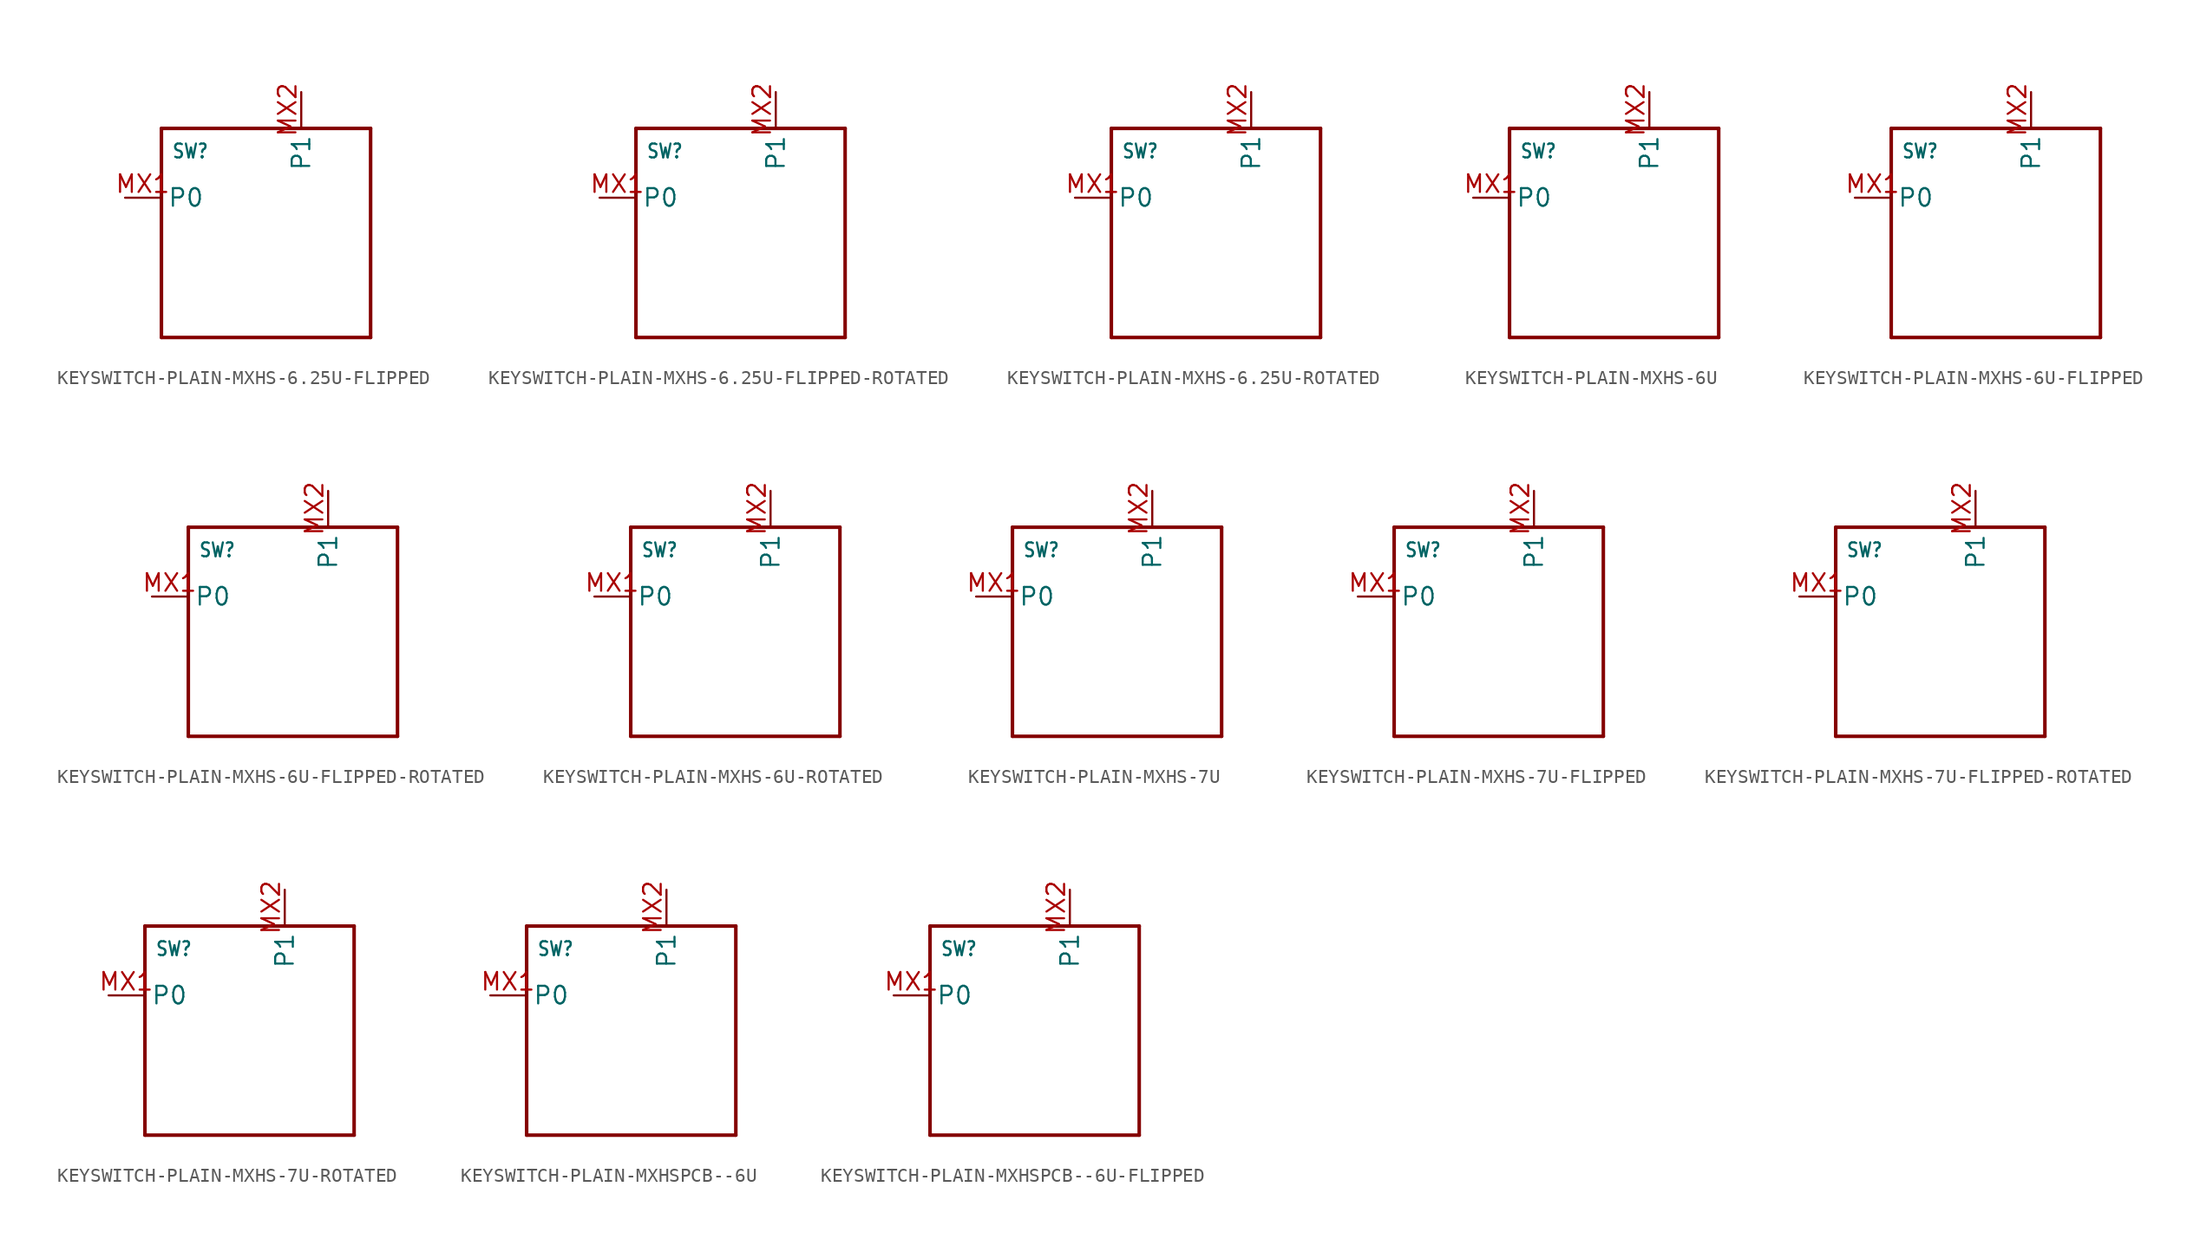
<source format=kicad_sym>
(kicad_symbol_lib
  (version 20211014)
  (generator kicad_symbol_editor)
  (symbol "KEYSWITCH-PLAIN-MXHS-6.25U-FLIPPED"
    (property "Reference" "SW"
      (at -6.81 5.318 0)
      (effects (font (size 1 0.85)) (justify left bottom)))
    (property "ki_locked" ""
      (at 0 0 0)
      (effects (font (size 1.27 1.27))))
    (symbol "KEYSWITCH-PLAIN-MXHS-6.25U-FLIPPED_1_0"
      (polyline (pts (xy -7.54 -7.54) (xy -7.54 7.54)) (stroke (width 0.254) (type default) (color 0 0 0 0)) (fill (type none)))
      (polyline (pts (xy -7.54 7.54) (xy 7.54 7.54)) (stroke (width 0.254) (type default) (color 0 0 0 0)) (fill (type none)))
      (polyline (pts (xy 7.54 -7.54) (xy -7.54 -7.54)) (stroke (width 0.254) (type default) (color 0 0 0 0)) (fill (type none)))
      (polyline (pts (xy 7.54 7.54) (xy 7.54 -7.54)) (stroke (width 0.254) (type default) (color 0 0 0 0)) (fill (type none)))
      (pin bidirectional line (at -10.16 2.54 0) (length 2.54) (name "P0" (effects (font (size 1.27 1.27)))) (number "MX1" (effects (font (size 1.27 1.27)))))
      (pin bidirectional line (at 2.54 10.16 270) (length 2.54) (name "P1" (effects (font (size 1.27 1.27)))) (number "MX2" (effects (font (size 1.27 1.27)))))))
  (symbol "KEYSWITCH-PLAIN-MXHS-6.25U-FLIPPED-ROTATED"
    (property "Reference" "SW"
      (at -6.81 5.318 0)
      (effects (font (size 1 0.85)) (justify left bottom)))
    (property "ki_locked" ""
      (at 0 0 0)
      (effects (font (size 1.27 1.27))))
    (symbol "KEYSWITCH-PLAIN-MXHS-6.25U-FLIPPED-ROTATED_1_0"
      (polyline (pts (xy -7.54 -7.54) (xy -7.54 7.54)) (stroke (width 0.254) (type default) (color 0 0 0 0)) (fill (type none)))
      (polyline (pts (xy -7.54 7.54) (xy 7.54 7.54)) (stroke (width 0.254) (type default) (color 0 0 0 0)) (fill (type none)))
      (polyline (pts (xy 7.54 -7.54) (xy -7.54 -7.54)) (stroke (width 0.254) (type default) (color 0 0 0 0)) (fill (type none)))
      (polyline (pts (xy 7.54 7.54) (xy 7.54 -7.54)) (stroke (width 0.254) (type default) (color 0 0 0 0)) (fill (type none)))
      (pin bidirectional line (at -10.16 2.54 0) (length 2.54) (name "P0" (effects (font (size 1.27 1.27)))) (number "MX1" (effects (font (size 1.27 1.27)))))
      (pin bidirectional line (at 2.54 10.16 270) (length 2.54) (name "P1" (effects (font (size 1.27 1.27)))) (number "MX2" (effects (font (size 1.27 1.27)))))))
  (symbol "KEYSWITCH-PLAIN-MXHS-6.25U-ROTATED"
    (property "Reference" "SW"
      (at -6.81 5.318 0)
      (effects (font (size 1 0.85)) (justify left bottom)))
    (property "ki_locked" ""
      (at 0 0 0)
      (effects (font (size 1.27 1.27))))
    (symbol "KEYSWITCH-PLAIN-MXHS-6.25U-ROTATED_1_0"
      (polyline (pts (xy -7.54 -7.54) (xy -7.54 7.54)) (stroke (width 0.254) (type default) (color 0 0 0 0)) (fill (type none)))
      (polyline (pts (xy -7.54 7.54) (xy 7.54 7.54)) (stroke (width 0.254) (type default) (color 0 0 0 0)) (fill (type none)))
      (polyline (pts (xy 7.54 -7.54) (xy -7.54 -7.54)) (stroke (width 0.254) (type default) (color 0 0 0 0)) (fill (type none)))
      (polyline (pts (xy 7.54 7.54) (xy 7.54 -7.54)) (stroke (width 0.254) (type default) (color 0 0 0 0)) (fill (type none)))
      (pin bidirectional line (at -10.16 2.54 0) (length 2.54) (name "P0" (effects (font (size 1.27 1.27)))) (number "MX1" (effects (font (size 1.27 1.27)))))
      (pin bidirectional line (at 2.54 10.16 270) (length 2.54) (name "P1" (effects (font (size 1.27 1.27)))) (number "MX2" (effects (font (size 1.27 1.27)))))))
  (symbol "KEYSWITCH-PLAIN-MXHS-6U"
    (property "Reference" "SW"
      (at -6.81 5.318 0)
      (effects (font (size 1 0.85)) (justify left bottom)))
    (property "ki_locked" ""
      (at 0 0 0)
      (effects (font (size 1.27 1.27))))
    (symbol "KEYSWITCH-PLAIN-MXHS-6U_1_0"
      (polyline (pts (xy -7.54 -7.54) (xy -7.54 7.54)) (stroke (width 0.254) (type default) (color 0 0 0 0)) (fill (type none)))
      (polyline (pts (xy -7.54 7.54) (xy 7.54 7.54)) (stroke (width 0.254) (type default) (color 0 0 0 0)) (fill (type none)))
      (polyline (pts (xy 7.54 -7.54) (xy -7.54 -7.54)) (stroke (width 0.254) (type default) (color 0 0 0 0)) (fill (type none)))
      (polyline (pts (xy 7.54 7.54) (xy 7.54 -7.54)) (stroke (width 0.254) (type default) (color 0 0 0 0)) (fill (type none)))
      (pin bidirectional line (at -10.16 2.54 0) (length 2.54) (name "P0" (effects (font (size 1.27 1.27)))) (number "MX1" (effects (font (size 1.27 1.27)))))
      (pin bidirectional line (at 2.54 10.16 270) (length 2.54) (name "P1" (effects (font (size 1.27 1.27)))) (number "MX2" (effects (font (size 1.27 1.27)))))))
  (symbol "KEYSWITCH-PLAIN-MXHS-6U-FLIPPED"
    (property "Reference" "SW"
      (at -6.81 5.318 0)
      (effects (font (size 1 0.85)) (justify left bottom)))
    (property "ki_locked" ""
      (at 0 0 0)
      (effects (font (size 1.27 1.27))))
    (symbol "KEYSWITCH-PLAIN-MXHS-6U-FLIPPED_1_0"
      (polyline (pts (xy -7.54 -7.54) (xy -7.54 7.54)) (stroke (width 0.254) (type default) (color 0 0 0 0)) (fill (type none)))
      (polyline (pts (xy -7.54 7.54) (xy 7.54 7.54)) (stroke (width 0.254) (type default) (color 0 0 0 0)) (fill (type none)))
      (polyline (pts (xy 7.54 -7.54) (xy -7.54 -7.54)) (stroke (width 0.254) (type default) (color 0 0 0 0)) (fill (type none)))
      (polyline (pts (xy 7.54 7.54) (xy 7.54 -7.54)) (stroke (width 0.254) (type default) (color 0 0 0 0)) (fill (type none)))
      (pin bidirectional line (at -10.16 2.54 0) (length 2.54) (name "P0" (effects (font (size 1.27 1.27)))) (number "MX1" (effects (font (size 1.27 1.27)))))
      (pin bidirectional line (at 2.54 10.16 270) (length 2.54) (name "P1" (effects (font (size 1.27 1.27)))) (number "MX2" (effects (font (size 1.27 1.27)))))))
  (symbol "KEYSWITCH-PLAIN-MXHS-6U-FLIPPED-ROTATED"
    (property "Reference" "SW"
      (at -6.81 5.318 0)
      (effects (font (size 1 0.85)) (justify left bottom)))
    (property "ki_locked" ""
      (at 0 0 0)
      (effects (font (size 1.27 1.27))))
    (symbol "KEYSWITCH-PLAIN-MXHS-6U-FLIPPED-ROTATED_1_0"
      (polyline (pts (xy -7.54 -7.54) (xy -7.54 7.54)) (stroke (width 0.254) (type default) (color 0 0 0 0)) (fill (type none)))
      (polyline (pts (xy -7.54 7.54) (xy 7.54 7.54)) (stroke (width 0.254) (type default) (color 0 0 0 0)) (fill (type none)))
      (polyline (pts (xy 7.54 -7.54) (xy -7.54 -7.54)) (stroke (width 0.254) (type default) (color 0 0 0 0)) (fill (type none)))
      (polyline (pts (xy 7.54 7.54) (xy 7.54 -7.54)) (stroke (width 0.254) (type default) (color 0 0 0 0)) (fill (type none)))
      (pin bidirectional line (at -10.16 2.54 0) (length 2.54) (name "P0" (effects (font (size 1.27 1.27)))) (number "MX1" (effects (font (size 1.27 1.27)))))
      (pin bidirectional line (at 2.54 10.16 270) (length 2.54) (name "P1" (effects (font (size 1.27 1.27)))) (number "MX2" (effects (font (size 1.27 1.27)))))))
  (symbol "KEYSWITCH-PLAIN-MXHS-6U-ROTATED"
    (property "Reference" "SW"
      (at -6.81 5.318 0)
      (effects (font (size 1 0.85)) (justify left bottom)))
    (property "ki_locked" ""
      (at 0 0 0)
      (effects (font (size 1.27 1.27))))
    (symbol "KEYSWITCH-PLAIN-MXHS-6U-ROTATED_1_0"
      (polyline (pts (xy -7.54 -7.54) (xy -7.54 7.54)) (stroke (width 0.254) (type default) (color 0 0 0 0)) (fill (type none)))
      (polyline (pts (xy -7.54 7.54) (xy 7.54 7.54)) (stroke (width 0.254) (type default) (color 0 0 0 0)) (fill (type none)))
      (polyline (pts (xy 7.54 -7.54) (xy -7.54 -7.54)) (stroke (width 0.254) (type default) (color 0 0 0 0)) (fill (type none)))
      (polyline (pts (xy 7.54 7.54) (xy 7.54 -7.54)) (stroke (width 0.254) (type default) (color 0 0 0 0)) (fill (type none)))
      (pin bidirectional line (at -10.16 2.54 0) (length 2.54) (name "P0" (effects (font (size 1.27 1.27)))) (number "MX1" (effects (font (size 1.27 1.27)))))
      (pin bidirectional line (at 2.54 10.16 270) (length 2.54) (name "P1" (effects (font (size 1.27 1.27)))) (number "MX2" (effects (font (size 1.27 1.27)))))))
  (symbol "KEYSWITCH-PLAIN-MXHS-7U"
    (property "Reference" "SW"
      (at -6.81 5.318 0)
      (effects (font (size 1 0.85)) (justify left bottom)))
    (property "ki_locked" ""
      (at 0 0 0)
      (effects (font (size 1.27 1.27))))
    (symbol "KEYSWITCH-PLAIN-MXHS-7U_1_0"
      (polyline (pts (xy -7.54 -7.54) (xy -7.54 7.54)) (stroke (width 0.254) (type default) (color 0 0 0 0)) (fill (type none)))
      (polyline (pts (xy -7.54 7.54) (xy 7.54 7.54)) (stroke (width 0.254) (type default) (color 0 0 0 0)) (fill (type none)))
      (polyline (pts (xy 7.54 -7.54) (xy -7.54 -7.54)) (stroke (width 0.254) (type default) (color 0 0 0 0)) (fill (type none)))
      (polyline (pts (xy 7.54 7.54) (xy 7.54 -7.54)) (stroke (width 0.254) (type default) (color 0 0 0 0)) (fill (type none)))
      (pin bidirectional line (at -10.16 2.54 0) (length 2.54) (name "P0" (effects (font (size 1.27 1.27)))) (number "MX1" (effects (font (size 1.27 1.27)))))
      (pin bidirectional line (at 2.54 10.16 270) (length 2.54) (name "P1" (effects (font (size 1.27 1.27)))) (number "MX2" (effects (font (size 1.27 1.27)))))))
  (symbol "KEYSWITCH-PLAIN-MXHS-7U-FLIPPED"
    (property "Reference" "SW"
      (at -6.81 5.318 0)
      (effects (font (size 1 0.85)) (justify left bottom)))
    (property "ki_locked" ""
      (at 0 0 0)
      (effects (font (size 1.27 1.27))))
    (symbol "KEYSWITCH-PLAIN-MXHS-7U-FLIPPED_1_0"
      (polyline (pts (xy -7.54 -7.54) (xy -7.54 7.54)) (stroke (width 0.254) (type default) (color 0 0 0 0)) (fill (type none)))
      (polyline (pts (xy -7.54 7.54) (xy 7.54 7.54)) (stroke (width 0.254) (type default) (color 0 0 0 0)) (fill (type none)))
      (polyline (pts (xy 7.54 -7.54) (xy -7.54 -7.54)) (stroke (width 0.254) (type default) (color 0 0 0 0)) (fill (type none)))
      (polyline (pts (xy 7.54 7.54) (xy 7.54 -7.54)) (stroke (width 0.254) (type default) (color 0 0 0 0)) (fill (type none)))
      (pin bidirectional line (at -10.16 2.54 0) (length 2.54) (name "P0" (effects (font (size 1.27 1.27)))) (number "MX1" (effects (font (size 1.27 1.27)))))
      (pin bidirectional line (at 2.54 10.16 270) (length 2.54) (name "P1" (effects (font (size 1.27 1.27)))) (number "MX2" (effects (font (size 1.27 1.27)))))))
  (symbol "KEYSWITCH-PLAIN-MXHS-7U-FLIPPED-ROTATED"
    (property "Reference" "SW"
      (at -6.81 5.318 0)
      (effects (font (size 1 0.85)) (justify left bottom)))
    (property "ki_locked" ""
      (at 0 0 0)
      (effects (font (size 1.27 1.27))))
    (symbol "KEYSWITCH-PLAIN-MXHS-7U-FLIPPED-ROTATED_1_0"
      (polyline (pts (xy -7.54 -7.54) (xy -7.54 7.54)) (stroke (width 0.254) (type default) (color 0 0 0 0)) (fill (type none)))
      (polyline (pts (xy -7.54 7.54) (xy 7.54 7.54)) (stroke (width 0.254) (type default) (color 0 0 0 0)) (fill (type none)))
      (polyline (pts (xy 7.54 -7.54) (xy -7.54 -7.54)) (stroke (width 0.254) (type default) (color 0 0 0 0)) (fill (type none)))
      (polyline (pts (xy 7.54 7.54) (xy 7.54 -7.54)) (stroke (width 0.254) (type default) (color 0 0 0 0)) (fill (type none)))
      (pin bidirectional line (at -10.16 2.54 0) (length 2.54) (name "P0" (effects (font (size 1.27 1.27)))) (number "MX1" (effects (font (size 1.27 1.27)))))
      (pin bidirectional line (at 2.54 10.16 270) (length 2.54) (name "P1" (effects (font (size 1.27 1.27)))) (number "MX2" (effects (font (size 1.27 1.27)))))))
  (symbol "KEYSWITCH-PLAIN-MXHS-7U-ROTATED"
    (property "Reference" "SW"
      (at -6.81 5.318 0)
      (effects (font (size 1 0.85)) (justify left bottom)))
    (property "ki_locked" ""
      (at 0 0 0)
      (effects (font (size 1.27 1.27))))
    (symbol "KEYSWITCH-PLAIN-MXHS-7U-ROTATED_1_0"
      (polyline (pts (xy -7.54 -7.54) (xy -7.54 7.54)) (stroke (width 0.254) (type default) (color 0 0 0 0)) (fill (type none)))
      (polyline (pts (xy -7.54 7.54) (xy 7.54 7.54)) (stroke (width 0.254) (type default) (color 0 0 0 0)) (fill (type none)))
      (polyline (pts (xy 7.54 -7.54) (xy -7.54 -7.54)) (stroke (width 0.254) (type default) (color 0 0 0 0)) (fill (type none)))
      (polyline (pts (xy 7.54 7.54) (xy 7.54 -7.54)) (stroke (width 0.254) (type default) (color 0 0 0 0)) (fill (type none)))
      (pin bidirectional line (at -10.16 2.54 0) (length 2.54) (name "P0" (effects (font (size 1.27 1.27)))) (number "MX1" (effects (font (size 1.27 1.27)))))
      (pin bidirectional line (at 2.54 10.16 270) (length 2.54) (name "P1" (effects (font (size 1.27 1.27)))) (number "MX2" (effects (font (size 1.27 1.27)))))))
  (symbol "KEYSWITCH-PLAIN-MXHSPCB--6U"
    (property "Reference" "SW"
      (at -6.81 5.318 0)
      (effects (font (size 1 0.85)) (justify left bottom)))
    (property "ki_locked" ""
      (at 0 0 0)
      (effects (font (size 1.27 1.27))))
    (symbol "KEYSWITCH-PLAIN-MXHSPCB--6U_1_0"
      (polyline (pts (xy -7.54 -7.54) (xy -7.54 7.54)) (stroke (width 0.254) (type default) (color 0 0 0 0)) (fill (type none)))
      (polyline (pts (xy -7.54 7.54) (xy 7.54 7.54)) (stroke (width 0.254) (type default) (color 0 0 0 0)) (fill (type none)))
      (polyline (pts (xy 7.54 -7.54) (xy -7.54 -7.54)) (stroke (width 0.254) (type default) (color 0 0 0 0)) (fill (type none)))
      (polyline (pts (xy 7.54 7.54) (xy 7.54 -7.54)) (stroke (width 0.254) (type default) (color 0 0 0 0)) (fill (type none)))
      (pin bidirectional line (at -10.16 2.54 0) (length 2.54) (name "P0" (effects (font (size 1.27 1.27)))) (number "MX1" (effects (font (size 1.27 1.27)))))
      (pin bidirectional line (at 2.54 10.16 270) (length 2.54) (name "P1" (effects (font (size 1.27 1.27)))) (number "MX2" (effects (font (size 1.27 1.27)))))))
  (symbol "KEYSWITCH-PLAIN-MXHSPCB--6U-FLIPPED"
    (property "Reference" "SW"
      (at -6.81 5.318 0)
      (effects (font (size 1 0.85)) (justify left bottom)))
    (property "ki_locked" ""
      (at 0 0 0)
      (effects (font (size 1.27 1.27))))
    (symbol "KEYSWITCH-PLAIN-MXHSPCB--6U-FLIPPED_1_0"
      (polyline (pts (xy -7.54 -7.54) (xy -7.54 7.54)) (stroke (width 0.254) (type default) (color 0 0 0 0)) (fill (type none)))
      (polyline (pts (xy -7.54 7.54) (xy 7.54 7.54)) (stroke (width 0.254) (type default) (color 0 0 0 0)) (fill (type none)))
      (polyline (pts (xy 7.54 -7.54) (xy -7.54 -7.54)) (stroke (width 0.254) (type default) (color 0 0 0 0)) (fill (type none)))
      (polyline (pts (xy 7.54 7.54) (xy 7.54 -7.54)) (stroke (width 0.254) (type default) (color 0 0 0 0)) (fill (type none)))
      (pin bidirectional line (at -10.16 2.54 0) (length 2.54) (name "P0" (effects (font (size 1.27 1.27)))) (number "MX1" (effects (font (size 1.27 1.27)))))
      (pin bidirectional line (at 2.54 10.16 270) (length 2.54) (name "P1" (effects (font (size 1.27 1.27)))) (number "MX2" (effects (font (size 1.27 1.27))))))))
</source>
